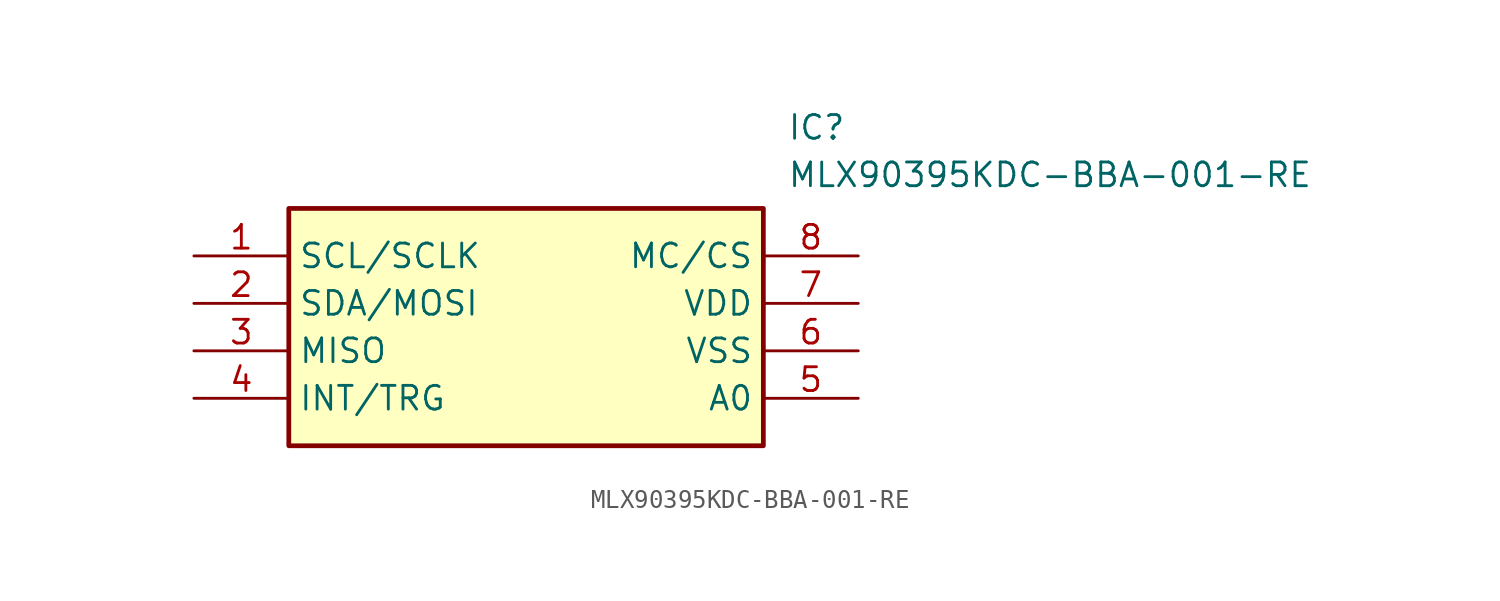
<source format=kicad_sym>
(kicad_symbol_lib
  (version 20211014)
  (generator SamacSys_ECAD_Model)
  (symbol "MLX90395KDC-BBA-001-RE"
    (property "Reference" "IC"
      (at 31.75 7.62 0)
      (effects (font (size 1.27 1.27)) (justify left top)))
    (property "Value" "MLX90395KDC-BBA-001-RE"
      (at 31.75 5.08 0)
      (effects (font (size 1.27 1.27)) (justify left top)))
    (rectangle
      (start 5.08 2.54)
      (end 30.48 -10.16)
      (stroke (width 0.254) (type default))
      (fill (type background)))
    (pin passive line
      (at 0 0 0)
      (length 5.08)
      (name "SCL/SCLK" (effects (font (size 1.27 1.27))))
      (number "1" (effects (font (size 1.27 1.27)))))
    (pin passive line
      (at 0 -2.54 0)
      (length 5.08)
      (name "SDA/MOSI" (effects (font (size 1.27 1.27))))
      (number "2" (effects (font (size 1.27 1.27)))))
    (pin passive line
      (at 0 -5.08 0)
      (length 5.08)
      (name "MISO" (effects (font (size 1.27 1.27))))
      (number "3" (effects (font (size 1.27 1.27)))))
    (pin passive line
      (at 0 -7.62 0)
      (length 5.08)
      (name "INT/TRG" (effects (font (size 1.27 1.27))))
      (number "4" (effects (font (size 1.27 1.27)))))
    (pin passive line
      (at 35.56 0 180)
      (length 5.08)
      (name "MC/CS" (effects (font (size 1.27 1.27))))
      (number "8" (effects (font (size 1.27 1.27)))))
    (pin passive line
      (at 35.56 -2.54 180)
      (length 5.08)
      (name "VDD" (effects (font (size 1.27 1.27))))
      (number "7" (effects (font (size 1.27 1.27)))))
    (pin passive line
      (at 35.56 -5.08 180)
      (length 5.08)
      (name "VSS" (effects (font (size 1.27 1.27))))
      (number "6" (effects (font (size 1.27 1.27)))))
    (pin passive line
      (at 35.56 -7.62 180)
      (length 5.08)
      (name "A0" (effects (font (size 1.27 1.27))))
      (number "5" (effects (font (size 1.27 1.27)))))))
</source>
